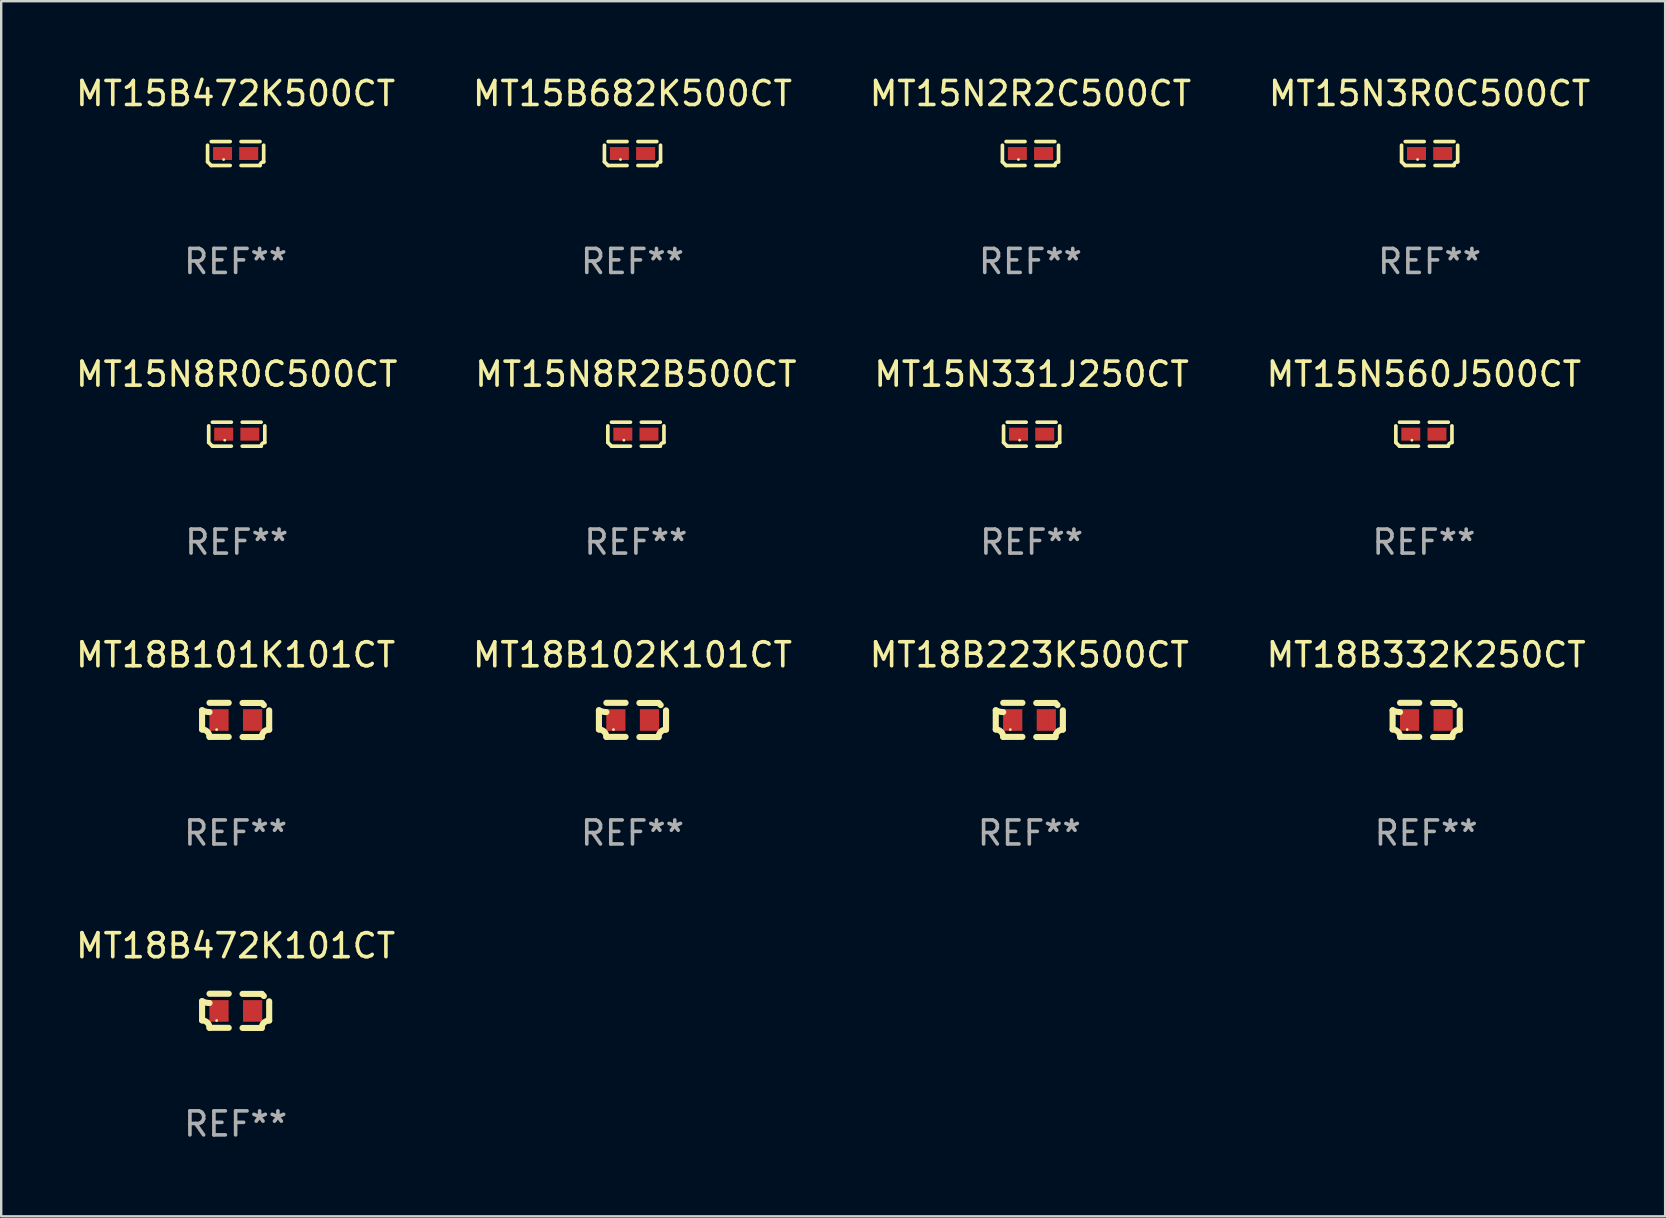
<source format=kicad_pcb>
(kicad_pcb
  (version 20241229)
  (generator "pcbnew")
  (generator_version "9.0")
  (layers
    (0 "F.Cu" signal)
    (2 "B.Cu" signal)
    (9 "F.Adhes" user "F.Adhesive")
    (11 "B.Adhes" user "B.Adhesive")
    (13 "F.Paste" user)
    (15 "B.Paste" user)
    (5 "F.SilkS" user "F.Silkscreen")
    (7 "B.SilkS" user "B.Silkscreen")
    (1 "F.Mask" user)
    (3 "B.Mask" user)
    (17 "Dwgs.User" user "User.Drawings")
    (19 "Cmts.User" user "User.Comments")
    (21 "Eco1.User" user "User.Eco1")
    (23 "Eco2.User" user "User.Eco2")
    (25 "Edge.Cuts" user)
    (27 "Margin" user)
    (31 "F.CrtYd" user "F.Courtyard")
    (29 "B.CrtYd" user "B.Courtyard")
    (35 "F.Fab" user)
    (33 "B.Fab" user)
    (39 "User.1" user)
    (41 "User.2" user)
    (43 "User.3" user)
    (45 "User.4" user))
  (footprint "MT15B472K500CT"
    (layer "F.Cu")
    (at 6.768 3.347)
    (property "Reference" "MT15B472K500CT" (at 0 -2.499 0) (layer "F.SilkS") (effects (font (size 1 1) (thickness 0.15))))
    (attr through_hole)
    (fp_line (start -1.169 0.346) (end -1.169 -0.346) (stroke (width 0.152) (type solid)) (layer "F.SilkS"))
    (fp_line (start -1.016 -0.499) (end -0.226 -0.499) (stroke (width 0.152) (type solid)) (layer "F.SilkS"))
    (fp_line (start -0.226 0.499) (end -1.016 0.499) (stroke (width 0.152) (type solid)) (layer "F.SilkS"))
    (fp_line (start 0.226 0.499) (end 1.016 0.499) (stroke (width 0.152) (type solid)) (layer "F.SilkS"))
    (fp_line (start 1.016 -0.499) (end 0.226 -0.499) (stroke (width 0.152) (type solid)) (layer "F.SilkS"))
    (fp_line (start 1.169 0.346) (end 1.169 -0.346) (stroke (width 0.152) (type solid)) (layer "F.SilkS"))
    (fp_arc (start -1.016307 0.498603) (mid -1.092512 0.422405) (end -1.16871 0.3462) (stroke (width 0.1524) (type solid)) (layer "F.SilkS"))
    (fp_arc (start 1.016307 0.498603) (mid 1.060899 0.390758) (end 1.168707 0.346076) (stroke (width 0.1524) (type solid)) (layer "F.SilkS"))
    (fp_circle (center -0.5 0.25) (end -0.47 0.25) (stroke (width 0.06) (type solid)) (fill no) (layer "F.SilkS"))
    (fp_text user "REF**" (at 0 4.499 0) (layer "F.Fab") (effects (font (size 1 1) (thickness 0.15))))
    (pad "1" smd rect (at -0.545 0) (size 0.79 0.54) (layers "F.Cu" "F.Mask" "F.Paste"))
    (pad "2" smd rect (at 0.545 0) (size 0.79 0.54) (layers "F.Cu" "F.Mask" "F.Paste")))
  (footprint "MT18B223K500CT"
    (layer "F.Cu")
    (at 39.839 26.948)
    (property "Reference" "MT18B223K500CT" (at 0 -2.713 0) (layer "F.SilkS") (effects (font (size 1 1) (thickness 0.15))))
    (attr through_hole)
    (fp_line (start -1.398 -0.403) (end -1.398 0.397) (stroke (width 0.254) (type solid)) (layer "F.SilkS"))
    (fp_line (start -0.288 -0.713) (end -1.088 -0.713) (stroke (width 0.254) (type solid)) (layer "F.SilkS"))
    (fp_line (start -0.288 0.707) (end -1.088 0.707) (stroke (width 0.254) (type solid)) (layer "F.SilkS"))
    (fp_line (start 0.288 -0.707) (end 1.088 -0.707) (stroke (width 0.254) (type solid)) (layer "F.SilkS"))
    (fp_line (start 0.288 0.713) (end 1.088 0.713) (stroke (width 0.254) (type solid)) (layer "F.SilkS"))
    (fp_line (start 1.398 -0.397) (end 1.398 0.403) (stroke (width 0.254) (type solid)) (layer "F.SilkS"))
    (fp_arc (start -1.397789 0.397066) (mid -1.178701 0.487826) (end -1.08796 0.706922) (stroke (width 0.254001) (type solid)) (layer "F.SilkS"))
    (fp_arc (start -1.08796 -0.327176) (mid -1.247436 -0.346384) (end -1.39779 -0.402908) (stroke (width 0.254001) (type solid)) (layer "F.SilkS"))
    (fp_arc (start 1.087909 0.712738) (mid 1.178656 0.493655) (end 1.397739 0.402908) (stroke (width 0.254001) (type solid)) (layer "F.SilkS"))
    (fp_arc (start 1.175925 -0.618926) (mid 1.131917 -0.662923) (end 1.08791 -0.706922) (stroke (width 0.254001) (type solid)) (layer "F.SilkS"))
    (fp_circle (center -0.792 0.403) (end -0.762 0.403) (stroke (width 0.06) (type solid)) (fill no) (layer "F.SilkS"))
    (fp_text user "REF**" (at 0 4.713 0) (layer "F.Fab") (effects (font (size 1 1) (thickness 0.15))))
    (pad "1" smd rect (at -0.692 0.003) (size 0.8 0.9) (layers "F.Cu" "F.Mask" "F.Paste"))
    (pad "2" smd rect (at 0.708 0.003) (size 0.8 0.9) (layers "F.Cu" "F.Mask" "F.Paste")))
  (footprint "MT15N8R2B500CT"
    (layer "F.Cu")
    (at 23.446 15.041)
    (property "Reference" "MT15N8R2B500CT" (at 0 -2.499 0) (layer "F.SilkS") (effects (font (size 1 1) (thickness 0.15))))
    (attr through_hole)
    (fp_line (start -1.169 0.346) (end -1.169 -0.346) (stroke (width 0.152) (type solid)) (layer "F.SilkS"))
    (fp_line (start -1.016 -0.499) (end -0.226 -0.499) (stroke (width 0.152) (type solid)) (layer "F.SilkS"))
    (fp_line (start -0.226 0.499) (end -1.016 0.499) (stroke (width 0.152) (type solid)) (layer "F.SilkS"))
    (fp_line (start 0.226 0.499) (end 1.016 0.499) (stroke (width 0.152) (type solid)) (layer "F.SilkS"))
    (fp_line (start 1.016 -0.499) (end 0.226 -0.499) (stroke (width 0.152) (type solid)) (layer "F.SilkS"))
    (fp_line (start 1.169 0.346) (end 1.169 -0.346) (stroke (width 0.152) (type solid)) (layer "F.SilkS"))
    (fp_arc (start -1.016307 0.498603) (mid -1.092512 0.422405) (end -1.16871 0.3462) (stroke (width 0.1524) (type solid)) (layer "F.SilkS"))
    (fp_arc (start 1.016307 0.498603) (mid 1.060899 0.390758) (end 1.168707 0.346076) (stroke (width 0.1524) (type solid)) (layer "F.SilkS"))
    (fp_circle (center -0.5 0.25) (end -0.47 0.25) (stroke (width 0.06) (type solid)) (fill no) (layer "F.SilkS"))
    (fp_text user "REF**" (at 0 4.499 0) (layer "F.Fab") (effects (font (size 1 1) (thickness 0.15))))
    (pad "1" smd rect (at -0.545 0) (size 0.79 0.54) (layers "F.Cu" "F.Mask" "F.Paste"))
    (pad "2" smd rect (at 0.545 0) (size 0.79 0.54) (layers "F.Cu" "F.Mask" "F.Paste")))
  (footprint "MT18B472K101CT"
    (layer "F.Cu")
    (at 6.768 39.07)
    (property "Reference" "MT18B472K101CT" (at 0 -2.713 0) (layer "F.SilkS") (effects (font (size 1 1) (thickness 0.15))))
    (attr through_hole)
    (fp_line (start -1.398 -0.403) (end -1.398 0.397) (stroke (width 0.254) (type solid)) (layer "F.SilkS"))
    (fp_line (start -0.288 -0.713) (end -1.088 -0.713) (stroke (width 0.254) (type solid)) (layer "F.SilkS"))
    (fp_line (start -0.288 0.707) (end -1.088 0.707) (stroke (width 0.254) (type solid)) (layer "F.SilkS"))
    (fp_line (start 0.288 -0.707) (end 1.088 -0.707) (stroke (width 0.254) (type solid)) (layer "F.SilkS"))
    (fp_line (start 0.288 0.713) (end 1.088 0.713) (stroke (width 0.254) (type solid)) (layer "F.SilkS"))
    (fp_line (start 1.398 -0.397) (end 1.398 0.403) (stroke (width 0.254) (type solid)) (layer "F.SilkS"))
    (fp_arc (start -1.397789 0.397066) (mid -1.178701 0.487826) (end -1.08796 0.706922) (stroke (width 0.254001) (type solid)) (layer "F.SilkS"))
    (fp_arc (start -1.08796 -0.327176) (mid -1.247436 -0.346384) (end -1.39779 -0.402908) (stroke (width 0.254001) (type solid)) (layer "F.SilkS"))
    (fp_arc (start 1.087909 0.712738) (mid 1.178656 0.493655) (end 1.397739 0.402908) (stroke (width 0.254001) (type solid)) (layer "F.SilkS"))
    (fp_arc (start 1.175925 -0.618926) (mid 1.131917 -0.662923) (end 1.08791 -0.706922) (stroke (width 0.254001) (type solid)) (layer "F.SilkS"))
    (fp_circle (center -0.792 0.403) (end -0.762 0.403) (stroke (width 0.06) (type solid)) (fill no) (layer "F.SilkS"))
    (fp_text user "REF**" (at 0 4.713 0) (layer "F.Fab") (effects (font (size 1 1) (thickness 0.15))))
    (pad "1" smd rect (at -0.692 0.003) (size 0.8 0.9) (layers "F.Cu" "F.Mask" "F.Paste"))
    (pad "2" smd rect (at 0.708 0.003) (size 0.8 0.9) (layers "F.Cu" "F.Mask" "F.Paste")))
  (footprint "MT15B682K500CT"
    (layer "F.Cu")
    (at 23.304 3.347)
    (property "Reference" "MT15B682K500CT" (at 0 -2.499 0) (layer "F.SilkS") (effects (font (size 1 1) (thickness 0.15))))
    (attr through_hole)
    (fp_line (start -1.169 0.346) (end -1.169 -0.346) (stroke (width 0.152) (type solid)) (layer "F.SilkS"))
    (fp_line (start -1.016 -0.499) (end -0.226 -0.499) (stroke (width 0.152) (type solid)) (layer "F.SilkS"))
    (fp_line (start -0.226 0.499) (end -1.016 0.499) (stroke (width 0.152) (type solid)) (layer "F.SilkS"))
    (fp_line (start 0.226 0.499) (end 1.016 0.499) (stroke (width 0.152) (type solid)) (layer "F.SilkS"))
    (fp_line (start 1.016 -0.499) (end 0.226 -0.499) (stroke (width 0.152) (type solid)) (layer "F.SilkS"))
    (fp_line (start 1.169 0.346) (end 1.169 -0.346) (stroke (width 0.152) (type solid)) (layer "F.SilkS"))
    (fp_arc (start -1.016307 0.498603) (mid -1.092512 0.422405) (end -1.16871 0.3462) (stroke (width 0.1524) (type solid)) (layer "F.SilkS"))
    (fp_arc (start 1.016307 0.498603) (mid 1.060899 0.390758) (end 1.168707 0.346076) (stroke (width 0.1524) (type solid)) (layer "F.SilkS"))
    (fp_circle (center -0.5 0.25) (end -0.47 0.25) (stroke (width 0.06) (type solid)) (fill no) (layer "F.SilkS"))
    (fp_text user "REF**" (at 0 4.499 0) (layer "F.Fab") (effects (font (size 1 1) (thickness 0.15))))
    (pad "1" smd rect (at -0.545 0) (size 0.79 0.54) (layers "F.Cu" "F.Mask" "F.Paste"))
    (pad "2" smd rect (at 0.545 0) (size 0.79 0.54) (layers "F.Cu" "F.Mask" "F.Paste")))
  (footprint "MT15N331J250CT"
    (layer "F.Cu")
    (at 39.935 15.041)
    (property "Reference" "MT15N331J250CT" (at 0 -2.499 0) (layer "F.SilkS") (effects (font (size 1 1) (thickness 0.15))))
    (attr through_hole)
    (fp_line (start -1.169 0.346) (end -1.169 -0.346) (stroke (width 0.152) (type solid)) (layer "F.SilkS"))
    (fp_line (start -1.016 -0.499) (end -0.226 -0.499) (stroke (width 0.152) (type solid)) (layer "F.SilkS"))
    (fp_line (start -0.226 0.499) (end -1.016 0.499) (stroke (width 0.152) (type solid)) (layer "F.SilkS"))
    (fp_line (start 0.226 0.499) (end 1.016 0.499) (stroke (width 0.152) (type solid)) (layer "F.SilkS"))
    (fp_line (start 1.016 -0.499) (end 0.226 -0.499) (stroke (width 0.152) (type solid)) (layer "F.SilkS"))
    (fp_line (start 1.169 0.346) (end 1.169 -0.346) (stroke (width 0.152) (type solid)) (layer "F.SilkS"))
    (fp_arc (start -1.016307 0.498603) (mid -1.092512 0.422405) (end -1.16871 0.3462) (stroke (width 0.1524) (type solid)) (layer "F.SilkS"))
    (fp_arc (start 1.016307 0.498603) (mid 1.060899 0.390758) (end 1.168707 0.346076) (stroke (width 0.1524) (type solid)) (layer "F.SilkS"))
    (fp_circle (center -0.5 0.25) (end -0.47 0.25) (stroke (width 0.06) (type solid)) (fill no) (layer "F.SilkS"))
    (fp_text user "REF**" (at 0 4.499 0) (layer "F.Fab") (effects (font (size 1 1) (thickness 0.15))))
    (pad "1" smd rect (at -0.545 0) (size 0.79 0.54) (layers "F.Cu" "F.Mask" "F.Paste"))
    (pad "2" smd rect (at 0.545 0) (size 0.79 0.54) (layers "F.Cu" "F.Mask" "F.Paste")))
  (footprint "MT15N8R0C500CT"
    (layer "F.Cu")
    (at 6.815 15.041)
    (property "Reference" "MT15N8R0C500CT" (at 0 -2.499 0) (layer "F.SilkS") (effects (font (size 1 1) (thickness 0.15))))
    (attr through_hole)
    (fp_line (start -1.169 0.346) (end -1.169 -0.346) (stroke (width 0.152) (type solid)) (layer "F.SilkS"))
    (fp_line (start -1.016 -0.499) (end -0.226 -0.499) (stroke (width 0.152) (type solid)) (layer "F.SilkS"))
    (fp_line (start -0.226 0.499) (end -1.016 0.499) (stroke (width 0.152) (type solid)) (layer "F.SilkS"))
    (fp_line (start 0.226 0.499) (end 1.016 0.499) (stroke (width 0.152) (type solid)) (layer "F.SilkS"))
    (fp_line (start 1.016 -0.499) (end 0.226 -0.499) (stroke (width 0.152) (type solid)) (layer "F.SilkS"))
    (fp_line (start 1.169 0.346) (end 1.169 -0.346) (stroke (width 0.152) (type solid)) (layer "F.SilkS"))
    (fp_arc (start -1.016307 0.498603) (mid -1.092512 0.422405) (end -1.16871 0.3462) (stroke (width 0.1524) (type solid)) (layer "F.SilkS"))
    (fp_arc (start 1.016307 0.498603) (mid 1.060899 0.390758) (end 1.168707 0.346076) (stroke (width 0.1524) (type solid)) (layer "F.SilkS"))
    (fp_circle (center -0.5 0.25) (end -0.47 0.25) (stroke (width 0.06) (type solid)) (fill no) (layer "F.SilkS"))
    (fp_text user "REF**" (at 0 4.499 0) (layer "F.Fab") (effects (font (size 1 1) (thickness 0.15))))
    (pad "1" smd rect (at -0.545 0) (size 0.79 0.54) (layers "F.Cu" "F.Mask" "F.Paste"))
    (pad "2" smd rect (at 0.545 0) (size 0.79 0.54) (layers "F.Cu" "F.Mask" "F.Paste")))
  (footprint "MT18B102K101CT"
    (layer "F.Cu")
    (at 23.304 26.948)
    (property "Reference" "MT18B102K101CT" (at 0 -2.713 0) (layer "F.SilkS") (effects (font (size 1 1) (thickness 0.15))))
    (attr through_hole)
    (fp_line (start -1.398 -0.403) (end -1.398 0.397) (stroke (width 0.254) (type solid)) (layer "F.SilkS"))
    (fp_line (start -0.288 -0.713) (end -1.088 -0.713) (stroke (width 0.254) (type solid)) (layer "F.SilkS"))
    (fp_line (start -0.288 0.707) (end -1.088 0.707) (stroke (width 0.254) (type solid)) (layer "F.SilkS"))
    (fp_line (start 0.288 -0.707) (end 1.088 -0.707) (stroke (width 0.254) (type solid)) (layer "F.SilkS"))
    (fp_line (start 0.288 0.713) (end 1.088 0.713) (stroke (width 0.254) (type solid)) (layer "F.SilkS"))
    (fp_line (start 1.398 -0.397) (end 1.398 0.403) (stroke (width 0.254) (type solid)) (layer "F.SilkS"))
    (fp_arc (start -1.397789 0.397066) (mid -1.178701 0.487826) (end -1.08796 0.706922) (stroke (width 0.254001) (type solid)) (layer "F.SilkS"))
    (fp_arc (start -1.08796 -0.327176) (mid -1.247436 -0.346384) (end -1.39779 -0.402908) (stroke (width 0.254001) (type solid)) (layer "F.SilkS"))
    (fp_arc (start 1.087909 0.712738) (mid 1.178656 0.493655) (end 1.397739 0.402908) (stroke (width 0.254001) (type solid)) (layer "F.SilkS"))
    (fp_arc (start 1.175925 -0.618926) (mid 1.131917 -0.662923) (end 1.08791 -0.706922) (stroke (width 0.254001) (type solid)) (layer "F.SilkS"))
    (fp_circle (center -0.792 0.403) (end -0.762 0.403) (stroke (width 0.06) (type solid)) (fill no) (layer "F.SilkS"))
    (fp_text user "REF**" (at 0 4.713 0) (layer "F.Fab") (effects (font (size 1 1) (thickness 0.15))))
    (pad "1" smd rect (at -0.692 0.003) (size 0.8 0.9) (layers "F.Cu" "F.Mask" "F.Paste"))
    (pad "2" smd rect (at 0.708 0.003) (size 0.8 0.9) (layers "F.Cu" "F.Mask" "F.Paste")))
  (footprint "MT18B101K101CT"
    (layer "F.Cu")
    (at 6.768 26.948)
    (property "Reference" "MT18B101K101CT" (at 0 -2.713 0) (layer "F.SilkS") (effects (font (size 1 1) (thickness 0.15))))
    (attr through_hole)
    (fp_line (start -1.398 -0.403) (end -1.398 0.397) (stroke (width 0.254) (type solid)) (layer "F.SilkS"))
    (fp_line (start -0.288 -0.713) (end -1.088 -0.713) (stroke (width 0.254) (type solid)) (layer "F.SilkS"))
    (fp_line (start -0.288 0.707) (end -1.088 0.707) (stroke (width 0.254) (type solid)) (layer "F.SilkS"))
    (fp_line (start 0.288 -0.707) (end 1.088 -0.707) (stroke (width 0.254) (type solid)) (layer "F.SilkS"))
    (fp_line (start 0.288 0.713) (end 1.088 0.713) (stroke (width 0.254) (type solid)) (layer "F.SilkS"))
    (fp_line (start 1.398 -0.397) (end 1.398 0.403) (stroke (width 0.254) (type solid)) (layer "F.SilkS"))
    (fp_arc (start -1.397789 0.397066) (mid -1.178701 0.487826) (end -1.08796 0.706922) (stroke (width 0.254001) (type solid)) (layer "F.SilkS"))
    (fp_arc (start -1.08796 -0.327176) (mid -1.247436 -0.346384) (end -1.39779 -0.402908) (stroke (width 0.254001) (type solid)) (layer "F.SilkS"))
    (fp_arc (start 1.087909 0.712738) (mid 1.178656 0.493655) (end 1.397739 0.402908) (stroke (width 0.254001) (type solid)) (layer "F.SilkS"))
    (fp_arc (start 1.175925 -0.618926) (mid 1.131917 -0.662923) (end 1.08791 -0.706922) (stroke (width 0.254001) (type solid)) (layer "F.SilkS"))
    (fp_circle (center -0.792 0.403) (end -0.762 0.403) (stroke (width 0.06) (type solid)) (fill no) (layer "F.SilkS"))
    (fp_text user "REF**" (at 0 4.713 0) (layer "F.Fab") (effects (font (size 1 1) (thickness 0.15))))
    (pad "1" smd rect (at -0.692 0.003) (size 0.8 0.9) (layers "F.Cu" "F.Mask" "F.Paste"))
    (pad "2" smd rect (at 0.708 0.003) (size 0.8 0.9) (layers "F.Cu" "F.Mask" "F.Paste")))
  (footprint "MT15N2R2C500CT"
    (layer "F.Cu")
    (at 39.887 3.347)
    (property "Reference" "MT15N2R2C500CT" (at 0 -2.499 0) (layer "F.SilkS") (effects (font (size 1 1) (thickness 0.15))))
    (attr through_hole)
    (fp_line (start -1.169 0.346) (end -1.169 -0.346) (stroke (width 0.152) (type solid)) (layer "F.SilkS"))
    (fp_line (start -1.016 -0.499) (end -0.226 -0.499) (stroke (width 0.152) (type solid)) (layer "F.SilkS"))
    (fp_line (start -0.226 0.499) (end -1.016 0.499) (stroke (width 0.152) (type solid)) (layer "F.SilkS"))
    (fp_line (start 0.226 0.499) (end 1.016 0.499) (stroke (width 0.152) (type solid)) (layer "F.SilkS"))
    (fp_line (start 1.016 -0.499) (end 0.226 -0.499) (stroke (width 0.152) (type solid)) (layer "F.SilkS"))
    (fp_line (start 1.169 0.346) (end 1.169 -0.346) (stroke (width 0.152) (type solid)) (layer "F.SilkS"))
    (fp_arc (start -1.016307 0.498603) (mid -1.092512 0.422405) (end -1.16871 0.3462) (stroke (width 0.1524) (type solid)) (layer "F.SilkS"))
    (fp_arc (start 1.016307 0.498603) (mid 1.060899 0.390758) (end 1.168707 0.346076) (stroke (width 0.1524) (type solid)) (layer "F.SilkS"))
    (fp_circle (center -0.5 0.25) (end -0.47 0.25) (stroke (width 0.06) (type solid)) (fill no) (layer "F.SilkS"))
    (fp_text user "REF**" (at 0 4.499 0) (layer "F.Fab") (effects (font (size 1 1) (thickness 0.15))))
    (pad "1" smd rect (at -0.545 0) (size 0.79 0.54) (layers "F.Cu" "F.Mask" "F.Paste"))
    (pad "2" smd rect (at 0.545 0) (size 0.79 0.54) (layers "F.Cu" "F.Mask" "F.Paste")))
  (footprint "MT15N560J500CT"
    (layer "F.Cu")
    (at 56.28 15.041)
    (property "Reference" "MT15N560J500CT" (at 0 -2.499 0) (layer "F.SilkS") (effects (font (size 1 1) (thickness 0.15))))
    (attr through_hole)
    (fp_line (start -1.169 0.346) (end -1.169 -0.346) (stroke (width 0.152) (type solid)) (layer "F.SilkS"))
    (fp_line (start -1.016 -0.499) (end -0.226 -0.499) (stroke (width 0.152) (type solid)) (layer "F.SilkS"))
    (fp_line (start -0.226 0.499) (end -1.016 0.499) (stroke (width 0.152) (type solid)) (layer "F.SilkS"))
    (fp_line (start 0.226 0.499) (end 1.016 0.499) (stroke (width 0.152) (type solid)) (layer "F.SilkS"))
    (fp_line (start 1.016 -0.499) (end 0.226 -0.499) (stroke (width 0.152) (type solid)) (layer "F.SilkS"))
    (fp_line (start 1.169 0.346) (end 1.169 -0.346) (stroke (width 0.152) (type solid)) (layer "F.SilkS"))
    (fp_arc (start -1.016307 0.498603) (mid -1.092512 0.422405) (end -1.16871 0.3462) (stroke (width 0.1524) (type solid)) (layer "F.SilkS"))
    (fp_arc (start 1.016307 0.498603) (mid 1.060899 0.390758) (end 1.168707 0.346076) (stroke (width 0.1524) (type solid)) (layer "F.SilkS"))
    (fp_circle (center -0.5 0.25) (end -0.47 0.25) (stroke (width 0.06) (type solid)) (fill no) (layer "F.SilkS"))
    (fp_text user "REF**" (at 0 4.499 0) (layer "F.Fab") (effects (font (size 1 1) (thickness 0.15))))
    (pad "1" smd rect (at -0.545 0) (size 0.79 0.54) (layers "F.Cu" "F.Mask" "F.Paste"))
    (pad "2" smd rect (at 0.545 0) (size 0.79 0.54) (layers "F.Cu" "F.Mask" "F.Paste")))
  (footprint "MT15N3R0C500CT"
    (layer "F.Cu")
    (at 56.518 3.347)
    (property "Reference" "MT15N3R0C500CT" (at 0 -2.499 0) (layer "F.SilkS") (effects (font (size 1 1) (thickness 0.15))))
    (attr through_hole)
    (fp_line (start -1.169 0.346) (end -1.169 -0.346) (stroke (width 0.152) (type solid)) (layer "F.SilkS"))
    (fp_line (start -1.016 -0.499) (end -0.226 -0.499) (stroke (width 0.152) (type solid)) (layer "F.SilkS"))
    (fp_line (start -0.226 0.499) (end -1.016 0.499) (stroke (width 0.152) (type solid)) (layer "F.SilkS"))
    (fp_line (start 0.226 0.499) (end 1.016 0.499) (stroke (width 0.152) (type solid)) (layer "F.SilkS"))
    (fp_line (start 1.016 -0.499) (end 0.226 -0.499) (stroke (width 0.152) (type solid)) (layer "F.SilkS"))
    (fp_line (start 1.169 0.346) (end 1.169 -0.346) (stroke (width 0.152) (type solid)) (layer "F.SilkS"))
    (fp_arc (start -1.016307 0.498603) (mid -1.092512 0.422405) (end -1.16871 0.3462) (stroke (width 0.1524) (type solid)) (layer "F.SilkS"))
    (fp_arc (start 1.016307 0.498603) (mid 1.060899 0.390758) (end 1.168707 0.346076) (stroke (width 0.1524) (type solid)) (layer "F.SilkS"))
    (fp_circle (center -0.5 0.25) (end -0.47 0.25) (stroke (width 0.06) (type solid)) (fill no) (layer "F.SilkS"))
    (fp_text user "REF**" (at 0 4.499 0) (layer "F.Fab") (effects (font (size 1 1) (thickness 0.15))))
    (pad "1" smd rect (at -0.545 0) (size 0.79 0.54) (layers "F.Cu" "F.Mask" "F.Paste"))
    (pad "2" smd rect (at 0.545 0) (size 0.79 0.54) (layers "F.Cu" "F.Mask" "F.Paste")))
  (footprint "MT18B332K250CT"
    (layer "F.Cu")
    (at 56.375 26.948)
    (property "Reference" "MT18B332K250CT" (at 0 -2.713 0) (layer "F.SilkS") (effects (font (size 1 1) (thickness 0.15))))
    (attr through_hole)
    (fp_line (start -1.398 -0.403) (end -1.398 0.397) (stroke (width 0.254) (type solid)) (layer "F.SilkS"))
    (fp_line (start -0.288 -0.713) (end -1.088 -0.713) (stroke (width 0.254) (type solid)) (layer "F.SilkS"))
    (fp_line (start -0.288 0.707) (end -1.088 0.707) (stroke (width 0.254) (type solid)) (layer "F.SilkS"))
    (fp_line (start 0.288 -0.707) (end 1.088 -0.707) (stroke (width 0.254) (type solid)) (layer "F.SilkS"))
    (fp_line (start 0.288 0.713) (end 1.088 0.713) (stroke (width 0.254) (type solid)) (layer "F.SilkS"))
    (fp_line (start 1.398 -0.397) (end 1.398 0.403) (stroke (width 0.254) (type solid)) (layer "F.SilkS"))
    (fp_arc (start -1.397789 0.397066) (mid -1.178701 0.487826) (end -1.08796 0.706922) (stroke (width 0.254001) (type solid)) (layer "F.SilkS"))
    (fp_arc (start -1.08796 -0.327176) (mid -1.247436 -0.346384) (end -1.39779 -0.402908) (stroke (width 0.254001) (type solid)) (layer "F.SilkS"))
    (fp_arc (start 1.087909 0.712738) (mid 1.178656 0.493655) (end 1.397739 0.402908) (stroke (width 0.254001) (type solid)) (layer "F.SilkS"))
    (fp_arc (start 1.175925 -0.618926) (mid 1.131917 -0.662923) (end 1.08791 -0.706922) (stroke (width 0.254001) (type solid)) (layer "F.SilkS"))
    (fp_circle (center -0.792 0.403) (end -0.762 0.403) (stroke (width 0.06) (type solid)) (fill no) (layer "F.SilkS"))
    (fp_text user "REF**" (at 0 4.713 0) (layer "F.Fab") (effects (font (size 1 1) (thickness 0.15))))
    (pad "1" smd rect (at -0.692 0.003) (size 0.8 0.9) (layers "F.Cu" "F.Mask" "F.Paste"))
    (pad "2" smd rect (at 0.708 0.003) (size 0.8 0.9) (layers "F.Cu" "F.Mask" "F.Paste")))
  (gr_rect
    (start -3 -3)
    (end 66.333 47.631)
    (stroke (width 0.1) (type default))
    (fill no)
    (layer "Edge.Cuts")))
</source>
